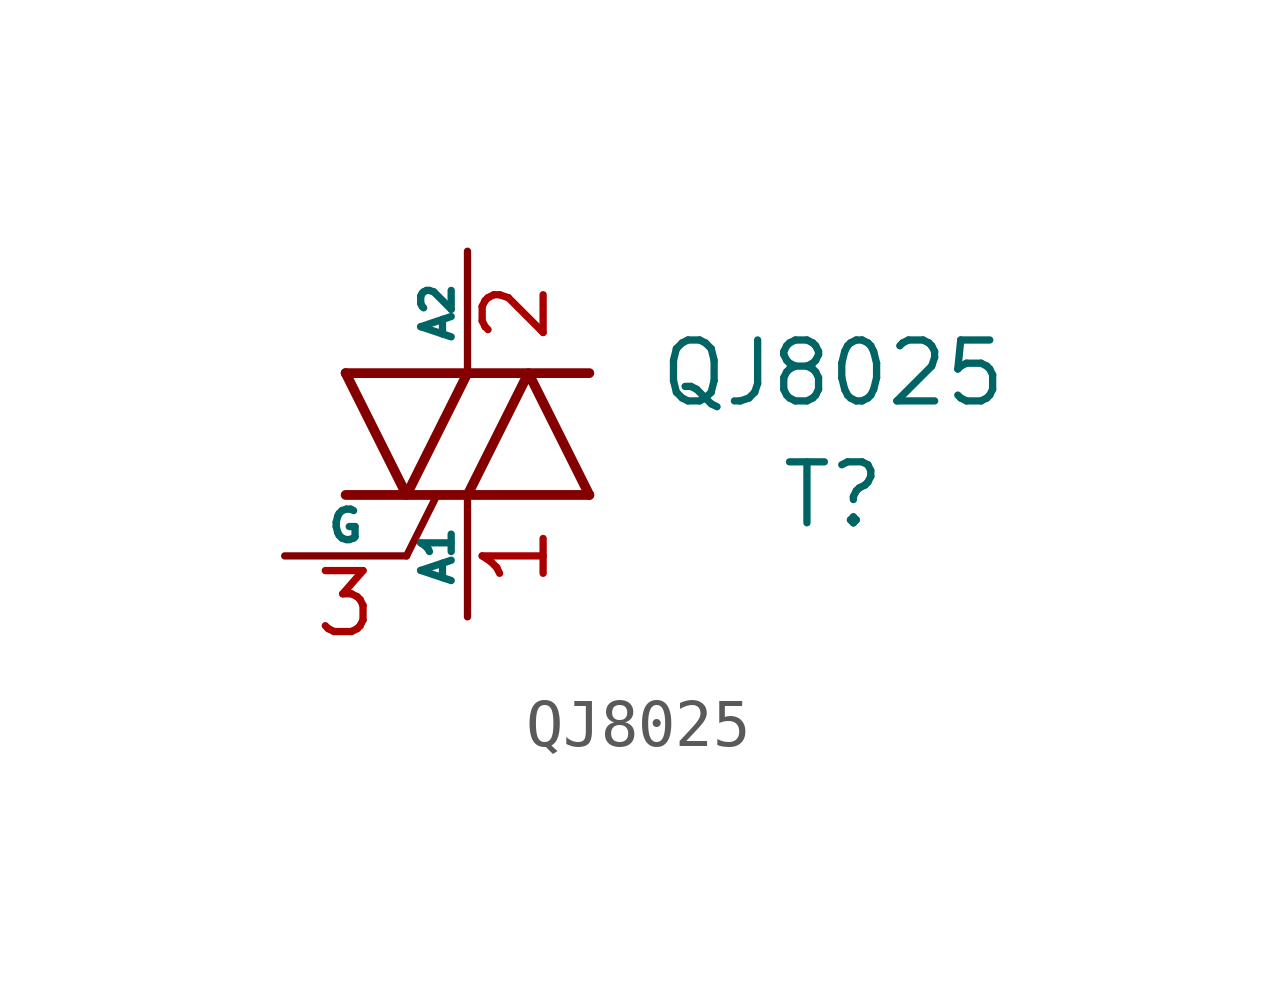
<source format=kicad_sym>
(kicad_symbol_lib
  (version 20220914)
  (generator kicad_symbol_editor)
  (symbol "QJ8025"
    (pin_names
      (offset 0))
    (property "Reference" "T"
      (at 7.62 -1.27 0)
      (effects (font (size 1.27 1.27))))
    (property "Value" "QJ8025"
      (at 7.62 1.27 0)
      (effects (font (size 1.27 1.27))))
    (symbol "QJ8025_1_1"
      (polyline (pts (xy -2.54 -1.27) (xy 2.54 -1.27)) (stroke (width 0.203) (type solid)) (fill (type none)))
      (polyline (pts (xy -2.54 1.27) (xy 2.54 1.27)) (stroke (width 0.203) (type solid)) (fill (type none)))
      (polyline (pts (xy -1.27 -2.54) (xy -0.635 -1.27)) (stroke (width 0) (type solid)) (fill (type none)))
      (polyline (pts (xy -2.54 1.27) (xy -1.27 -1.27) (xy 0 1.27)) (stroke (width 0.203) (type solid)) (fill (type none)))
      (polyline (pts (xy 0 -1.27) (xy 1.27 1.27) (xy 2.54 -1.27)) (stroke (width 0.203) (type solid)) (fill (type none)))
      (pin passive line (at 0 -3.81 90) (length 2.54) (name "A1" (effects (font (size 0.635 0.635)))) (number "1" (effects (font (size 1.27 1.27)))))
      (pin passive line (at 0 3.81 270) (length 2.54) (name "A2" (effects (font (size 0.635 0.635)))) (number "2" (effects (font (size 1.27 1.27)))))
      (pin input line (at -3.81 -2.54 0) (length 2.54) (name "G" (effects (font (size 0.635 0.635)))) (number "3" (effects (font (size 1.27 1.27))))))))
</source>
